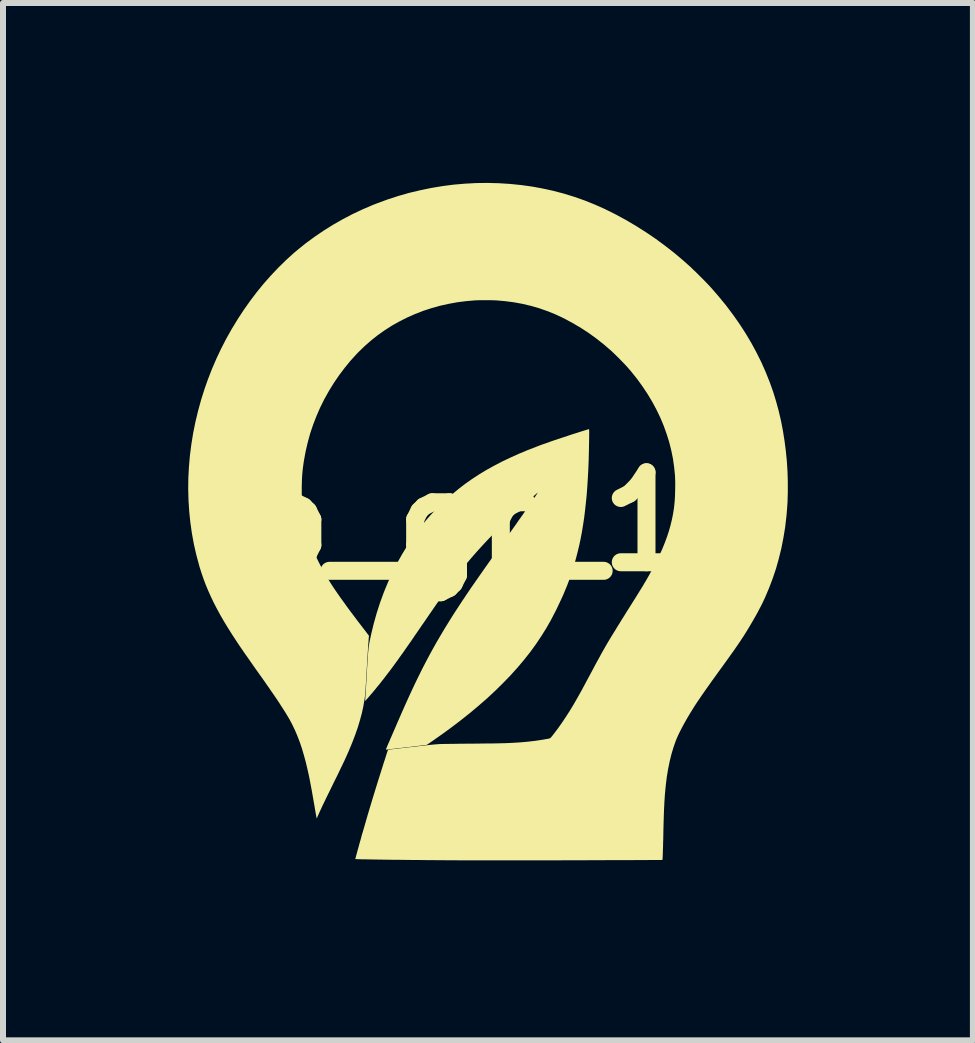
<source format=kicad_pcb>
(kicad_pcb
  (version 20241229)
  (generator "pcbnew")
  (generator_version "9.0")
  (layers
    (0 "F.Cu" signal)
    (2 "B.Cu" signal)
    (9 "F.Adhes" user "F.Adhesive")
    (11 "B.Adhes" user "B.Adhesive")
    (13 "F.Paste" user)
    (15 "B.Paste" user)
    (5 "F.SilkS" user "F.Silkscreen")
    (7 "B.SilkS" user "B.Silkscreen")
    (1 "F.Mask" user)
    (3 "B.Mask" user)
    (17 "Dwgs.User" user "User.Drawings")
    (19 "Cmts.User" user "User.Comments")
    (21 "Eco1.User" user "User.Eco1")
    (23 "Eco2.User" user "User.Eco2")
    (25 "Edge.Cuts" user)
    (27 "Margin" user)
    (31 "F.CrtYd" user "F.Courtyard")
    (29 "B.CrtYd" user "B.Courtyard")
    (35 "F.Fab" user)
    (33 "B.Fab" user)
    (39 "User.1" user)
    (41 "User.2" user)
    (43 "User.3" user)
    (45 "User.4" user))
  (footprint "lb_gr_10"
    (layer "F.Cu")
    (at 5.086 5.646)
    (property "Reference" "lb_gr_10" (at 0 0 0) (layer "F.SilkS") (effects (font (size 1.5 1.5) (thickness 0.3))))
    (attr board_only exclude_from_pos_files exclude_from_bom)
    (fp_poly (pts (xy 1.684 -1.541) (xy 1.685 -1.539) (xy 1.686 -1.535) (xy 1.687 -1.528) (xy 1.687 -1.518) (xy 1.687 -1.504) (xy 1.688 -1.486) (xy 1.687 -1.463) (xy 1.687 -1.434) (xy 1.687 -1.399) (xy 1.686 -1.357) (xy 1.686 -1.355) (xy 1.683 -1.188) (xy 1.679 -1.028) (xy 1.673 -0.874) (xy 1.665 -0.727) (xy 1.656 -0.585) (xy 1.646 -0.448) (xy 1.633 -0.317) (xy 1.619 -0.19) (xy 1.604 -0.067) (xy 1.586 0.052) (xy 1.567 0.168) (xy 1.546 0.28) (xy 1.523 0.39) (xy 1.497 0.498) (xy 1.47 0.604) (xy 1.447 0.687) (xy 1.424 0.765) (xy 1.4 0.841) (xy 1.375 0.915) (xy 1.349 0.988) (xy 1.321 1.062) (xy 1.29 1.137) (xy 1.258 1.214) (xy 1.222 1.294) (xy 1.182 1.378) (xy 1.14 1.467) (xy 1.12 1.506) (xy 1.049 1.643) (xy 0.972 1.778) (xy 0.888 1.912) (xy 0.799 2.045) (xy 0.703 2.177) (xy 0.6 2.307) (xy 0.491 2.436) (xy 0.375 2.565) (xy 0.252 2.692) (xy 0.123 2.819) (xy -0.013 2.946) (xy -0.157 3.071) (xy -0.307 3.197) (xy -0.465 3.322) (xy -0.63 3.447) (xy -0.767 3.547) (xy -0.793 3.565) (xy -0.82 3.584) (xy -0.848 3.604) (xy -0.876 3.623) (xy -0.904 3.643) (xy -0.93 3.661) (xy -0.954 3.678) (xy -0.976 3.693) (xy -0.994 3.705) (xy -1.009 3.715) (xy -1.018 3.721) (xy -1.022 3.723) (xy -1.026 3.724) (xy -1.037 3.725) (xy -1.054 3.727) (xy -1.077 3.73) (xy -1.104 3.733) (xy -1.135 3.737) (xy -1.17 3.741) (xy -1.208 3.746) (xy -1.249 3.751) (xy -1.291 3.756) (xy -1.334 3.761) (xy -1.377 3.766) (xy -1.42 3.771) (xy -1.463 3.776) (xy -1.504 3.781) (xy -1.542 3.785) (xy -1.578 3.789) (xy -1.611 3.793) (xy -1.639 3.796) (xy -1.663 3.799) (xy -1.682 3.801) (xy -1.694 3.802) (xy -1.7 3.803) (xy -1.7 3.803) (xy -1.702 3.8) (xy -1.701 3.797) (xy -1.7 3.792) (xy -1.695 3.781) (xy -1.688 3.765) (xy -1.679 3.743) (xy -1.668 3.717) (xy -1.655 3.687) (xy -1.64 3.654) (xy -1.625 3.617) (xy -1.608 3.579) (xy -1.591 3.539) (xy -1.573 3.498) (xy -1.555 3.457) (xy -1.537 3.415) (xy -1.52 3.375) (xy -1.503 3.335) (xy -1.486 3.298) (xy -1.471 3.263) (xy -1.457 3.23) (xy -1.445 3.203) (xy -1.383 3.063) (xy -1.323 2.93) (xy -1.264 2.802) (xy -1.206 2.679) (xy -1.148 2.561) (xy -1.091 2.446) (xy -1.033 2.334) (xy -0.975 2.225) (xy -0.916 2.117) (xy -0.856 2.01) (xy -0.793 1.903) (xy -0.729 1.795) (xy -0.662 1.686) (xy -0.593 1.575) (xy -0.52 1.462) (xy -0.445 1.348) (xy -0.419 1.308) (xy -0.392 1.269) (xy -0.366 1.229) (xy -0.339 1.189) (xy -0.311 1.148) (xy -0.283 1.106) (xy -0.253 1.063) (xy -0.221 1.018) (xy -0.188 0.97) (xy -0.153 0.92) (xy -0.116 0.867) (xy -0.076 0.81) (xy -0.034 0.75) (xy 0.012 0.685) (xy 0.061 0.616) (xy 0.114 0.542) (xy 0.17 0.463) (xy 0.221 0.391) (xy 0.274 0.317) (xy 0.325 0.245) (xy 0.375 0.175) (xy 0.423 0.107) (xy 0.47 0.041) (xy 0.514 -0.023) (xy 0.557 -0.083) (xy 0.597 -0.14) (xy 0.634 -0.194) (xy 0.669 -0.244) (xy 0.701 -0.29) (xy 0.73 -0.332) (xy 0.756 -0.37) (xy 0.778 -0.403) (xy 0.797 -0.431) (xy 0.812 -0.453) (xy 0.822 -0.47) (xy 0.829 -0.481) (xy 0.83 -0.482) (xy 0.83 -0.483) (xy 0.829 -0.483) (xy 0.826 -0.481) (xy 0.82 -0.476) (xy 0.812 -0.469) (xy 0.8 -0.458) (xy 0.784 -0.444) (xy 0.763 -0.426) (xy 0.747 -0.412) (xy 0.609 -0.288) (xy 0.477 -0.167) (xy 0.351 -0.05) (xy 0.232 0.065) (xy 0.119 0.178) (xy 0.011 0.288) (xy -0.091 0.397) (xy -0.188 0.504) (xy -0.28 0.609) (xy -0.367 0.712) (xy -0.371 0.717) (xy -0.4 0.753) (xy -0.429 0.789) (xy -0.459 0.827) (xy -0.488 0.865) (xy -0.519 0.904) (xy -0.55 0.945) (xy -0.582 0.988) (xy -0.615 1.033) (xy -0.65 1.081) (xy -0.687 1.133) (xy -0.726 1.187) (xy -0.767 1.245) (xy -0.81 1.307) (xy -0.857 1.374) (xy -0.906 1.445) (xy -0.959 1.522) (xy -1.015 1.604) (xy -1.075 1.691) (xy -1.101 1.728) (xy -1.163 1.819) (xy -1.222 1.904) (xy -1.276 1.984) (xy -1.328 2.058) (xy -1.377 2.128) (xy -1.423 2.194) (xy -1.467 2.255) (xy -1.508 2.313) (xy -1.548 2.368) (xy -1.586 2.42) (xy -1.623 2.47) (xy -1.66 2.518) (xy -1.695 2.564) (xy -1.73 2.61) (xy -1.765 2.654) (xy -1.799 2.698) (xy -1.835 2.742) (xy -1.838 2.745) (xy -1.86 2.772) (xy -1.882 2.8) (xy -1.906 2.828) (xy -1.928 2.855) (xy -1.951 2.881) (xy -1.972 2.906) (xy -1.992 2.929) (xy -2.009 2.949) (xy -2.024 2.966) (xy -2.035 2.978) (xy -2.043 2.987) (xy -2.047 2.99) (xy -2.047 2.99) (xy -2.048 2.986) (xy -2.047 2.976) (xy -2.046 2.96) (xy -2.045 2.939) (xy -2.044 2.915) (xy -2.042 2.888) (xy -2.041 2.881) (xy -2.04 2.853) (xy -2.037 2.819) (xy -2.035 2.78) (xy -2.032 2.739) (xy -2.03 2.697) (xy -2.027 2.655) (xy -2.025 2.614) (xy -2.025 2.606) (xy -2.02 2.534) (xy -2.017 2.469) (xy -2.013 2.41) (xy -2.01 2.357) (xy -2.007 2.31) (xy -2.004 2.267) (xy -2.002 2.229) (xy -1.999 2.194) (xy -1.996 2.163) (xy -1.993 2.135) (xy -1.991 2.109) (xy -1.987 2.084) (xy -1.984 2.061) (xy -1.98 2.038) (xy -1.977 2.016) (xy -1.972 1.993) (xy -1.967 1.97) (xy -1.962 1.945) (xy -1.956 1.918) (xy -1.95 1.889) (xy -1.906 1.706) (xy -1.856 1.528) (xy -1.8 1.354) (xy -1.738 1.184) (xy -1.67 1.018) (xy -1.597 0.856) (xy -1.518 0.699) (xy -1.433 0.547) (xy -1.343 0.399) (xy -1.246 0.256) (xy -1.145 0.118) (xy -1.038 -0.015) (xy -0.969 -0.095) (xy -0.932 -0.135) (xy -0.89 -0.179) (xy -0.844 -0.226) (xy -0.794 -0.274) (xy -0.743 -0.323) (xy -0.69 -0.372) (xy -0.636 -0.42) (xy -0.583 -0.467) (xy -0.532 -0.51) (xy -0.488 -0.546) (xy -0.383 -0.627) (xy -0.272 -0.705) (xy -0.157 -0.781) (xy -0.035 -0.855) (xy 0.092 -0.926) (xy 0.226 -0.996) (xy 0.366 -1.063) (xy 0.512 -1.129) (xy 0.665 -1.193) (xy 0.826 -1.255) (xy 0.851 -1.265) (xy 0.906 -1.285) (xy 0.967 -1.306) (xy 1.033 -1.33) (xy 1.102 -1.354) (xy 1.175 -1.378) (xy 1.25 -1.403) (xy 1.325 -1.428) (xy 1.4 -1.453) (xy 1.474 -1.476) (xy 1.545 -1.499) (xy 1.613 -1.52) (xy 1.676 -1.539) (xy 1.681 -1.541) (xy 1.683 -1.541)) (stroke (width 0) (type solid)) (fill yes) (layer "F.SilkS"))
    (fp_poly (pts (xy 0.185 -5.641) (xy 0.372 -5.629) (xy 0.558 -5.61) (xy 0.744 -5.584) (xy 0.901 -5.555) (xy 1.081 -5.516) (xy 1.258 -5.47) (xy 1.433 -5.416) (xy 1.605 -5.356) (xy 1.775 -5.288) (xy 1.942 -5.214) (xy 2.107 -5.132) (xy 2.123 -5.124) (xy 2.3 -5.028) (xy 2.471 -4.927) (xy 2.637 -4.822) (xy 2.799 -4.712) (xy 2.956 -4.596) (xy 3.111 -4.475) (xy 3.262 -4.347) (xy 3.354 -4.265) (xy 3.376 -4.246) (xy 3.401 -4.221) (xy 3.43 -4.193) (xy 3.462 -4.163) (xy 3.495 -4.13) (xy 3.529 -4.096) (xy 3.563 -4.062) (xy 3.597 -4.028) (xy 3.629 -3.995) (xy 3.658 -3.965) (xy 3.685 -3.937) (xy 3.707 -3.913) (xy 3.721 -3.898) (xy 3.85 -3.749) (xy 3.973 -3.599) (xy 4.087 -3.447) (xy 4.195 -3.293) (xy 4.296 -3.137) (xy 4.39 -2.979) (xy 4.477 -2.818) (xy 4.558 -2.656) (xy 4.631 -2.49) (xy 4.698 -2.323) (xy 4.757 -2.157) (xy 4.804 -2.003) (xy 4.847 -1.845) (xy 4.885 -1.683) (xy 4.917 -1.517) (xy 4.944 -1.348) (xy 4.966 -1.178) (xy 4.983 -1.006) (xy 4.994 -0.834) (xy 4.999 -0.661) (xy 4.999 -0.49) (xy 4.994 -0.32) (xy 4.982 -0.153) (xy 4.976 -0.089) (xy 4.955 0.092) (xy 4.926 0.269) (xy 4.892 0.443) (xy 4.85 0.614) (xy 4.803 0.782) (xy 4.748 0.946) (xy 4.687 1.107) (xy 4.62 1.265) (xy 4.578 1.355) (xy 4.553 1.405) (xy 4.524 1.46) (xy 4.493 1.519) (xy 4.459 1.58) (xy 4.423 1.643) (xy 4.386 1.706) (xy 4.349 1.769) (xy 4.312 1.829) (xy 4.277 1.886) (xy 4.258 1.916) (xy 4.238 1.945) (xy 4.219 1.975) (xy 4.199 2.005) (xy 4.178 2.035) (xy 4.156 2.068) (xy 4.133 2.101) (xy 4.108 2.138) (xy 4.08 2.177) (xy 4.05 2.219) (xy 4.018 2.264) (xy 3.982 2.314) (xy 3.943 2.368) (xy 3.9 2.428) (xy 3.853 2.492) (xy 3.843 2.506) (xy 3.787 2.584) (xy 3.734 2.657) (xy 3.686 2.725) (xy 3.641 2.788) (xy 3.6 2.847) (xy 3.561 2.903) (xy 3.526 2.955) (xy 3.492 3.004) (xy 3.461 3.051) (xy 3.432 3.096) (xy 3.405 3.14) (xy 3.378 3.183) (xy 3.353 3.225) (xy 3.328 3.267) (xy 3.314 3.291) (xy 3.278 3.355) (xy 3.245 3.415) (xy 3.215 3.473) (xy 3.188 3.526) (xy 3.165 3.575) (xy 3.146 3.618) (xy 3.133 3.65) (xy 3.094 3.761) (xy 3.059 3.877) (xy 3.029 3.999) (xy 3.003 4.127) (xy 2.981 4.261) (xy 2.964 4.4) (xy 2.958 4.461) (xy 2.954 4.504) (xy 2.95 4.548) (xy 2.947 4.591) (xy 2.944 4.636) (xy 2.941 4.682) (xy 2.939 4.73) (xy 2.936 4.78) (xy 2.934 4.835) (xy 2.932 4.893) (xy 2.93 4.956) (xy 2.928 5.025) (xy 2.926 5.099) (xy 2.924 5.181) (xy 2.924 5.194) (xy 2.923 5.249) (xy 2.922 5.303) (xy 2.92 5.354) (xy 2.919 5.403) (xy 2.918 5.448) (xy 2.916 5.489) (xy 2.915 5.526) (xy 2.914 5.558) (xy 2.913 5.585) (xy 2.912 5.605) (xy 2.911 5.618) (xy 2.911 5.619) (xy 2.909 5.642) (xy 2.29 5.645) (xy 2.152 5.645) (xy 2.012 5.645) (xy 1.872 5.646) (xy 1.731 5.646) (xy 1.59 5.647) (xy 1.45 5.647) (xy 1.309 5.647) (xy 1.17 5.648) (xy 1.032 5.648) (xy 0.896 5.648) (xy 0.761 5.648) (xy 0.629 5.648) (xy 0.5 5.648) (xy 0.374 5.648) (xy 0.252 5.648) (xy 0.133 5.648) (xy 0.018 5.648) (xy -0.092 5.648) (xy -0.196 5.648) (xy -0.296 5.648) (xy -0.39 5.648) (xy -0.478 5.648) (xy -0.559 5.647) (xy -0.634 5.647) (xy -0.685 5.647) (xy -0.758 5.646) (xy -0.833 5.646) (xy -0.908 5.645) (xy -0.985 5.645) (xy -1.063 5.644) (xy -1.141 5.643) (xy -1.218 5.643) (xy -1.296 5.642) (xy -1.373 5.641) (xy -1.448 5.64) (xy -1.522 5.639) (xy -1.594 5.639) (xy -1.664 5.638) (xy -1.732 5.637) (xy -1.796 5.636) (xy -1.857 5.635) (xy -1.915 5.634) (xy -1.968 5.633) (xy -2.018 5.632) (xy -2.062 5.632) (xy -2.101 5.631) (xy -2.135 5.63) (xy -2.164 5.629) (xy -2.186 5.628) (xy -2.201 5.628) (xy -2.21 5.627) (xy -2.212 5.627) (xy -2.211 5.623) (xy -2.209 5.612) (xy -2.204 5.596) (xy -2.199 5.574) (xy -2.191 5.547) (xy -2.183 5.517) (xy -2.174 5.482) (xy -2.163 5.444) (xy -2.152 5.404) (xy -2.141 5.362) (xy -2.128 5.319) (xy -2.116 5.275) (xy -2.104 5.23) (xy -2.091 5.186) (xy -2.085 5.167) (xy -2.005 4.89) (xy -1.922 4.613) (xy -1.836 4.334) (xy -1.747 4.052) (xy -1.741 4.032) (xy -1.73 3.999) (xy -1.719 3.966) (xy -1.709 3.935) (xy -1.7 3.906) (xy -1.692 3.881) (xy -1.686 3.861) (xy -1.681 3.847) (xy -1.681 3.845) (xy -1.674 3.826) (xy -1.669 3.812) (xy -1.664 3.804) (xy -1.662 3.803) (xy -1.658 3.803) (xy -1.647 3.801) (xy -1.629 3.799) (xy -1.606 3.797) (xy -1.577 3.793) (xy -1.543 3.79) (xy -1.505 3.785) (xy -1.462 3.78) (xy -1.417 3.775) (xy -1.368 3.769) (xy -1.317 3.763) (xy -1.275 3.759) (xy -1.209 3.751) (xy -1.15 3.744) (xy -1.098 3.738) (xy -1.051 3.733) (xy -1.01 3.728) (xy -0.974 3.724) (xy -0.941 3.721) (xy -0.913 3.718) (xy -0.888 3.716) (xy -0.866 3.714) (xy -0.845 3.713) (xy -0.827 3.711) (xy -0.81 3.71) (xy -0.801 3.71) (xy -0.785 3.709) (xy -0.762 3.709) (xy -0.734 3.708) (xy -0.699 3.708) (xy -0.659 3.707) (xy -0.615 3.706) (xy -0.567 3.706) (xy -0.516 3.705) (xy -0.462 3.704) (xy -0.405 3.704) (xy -0.347 3.703) (xy -0.289 3.703) (xy -0.264 3.703) (xy -0.181 3.702) (xy -0.104 3.701) (xy -0.033 3.7) (xy 0.032 3.7) (xy 0.091 3.699) (xy 0.145 3.698) (xy 0.195 3.697) (xy 0.241 3.696) (xy 0.284 3.695) (xy 0.323 3.693) (xy 0.361 3.692) (xy 0.396 3.69) (xy 0.43 3.688) (xy 0.464 3.686) (xy 0.497 3.684) (xy 0.53 3.682) (xy 0.564 3.679) (xy 0.575 3.678) (xy 0.645 3.672) (xy 0.716 3.664) (xy 0.786 3.656) (xy 0.853 3.646) (xy 0.917 3.636) (xy 0.975 3.626) (xy 0.981 3.625) (xy 0.998 3.622) (xy 1.011 3.619) (xy 1.022 3.617) (xy 1.031 3.613) (xy 1.039 3.609) (xy 1.047 3.602) (xy 1.056 3.592) (xy 1.067 3.579) (xy 1.08 3.562) (xy 1.098 3.539) (xy 1.104 3.531) (xy 1.168 3.447) (xy 1.232 3.356) (xy 1.297 3.259) (xy 1.364 3.155) (xy 1.431 3.044) (xy 1.499 2.925) (xy 1.511 2.904) (xy 1.525 2.879) (xy 1.539 2.854) (xy 1.553 2.829) (xy 1.568 2.802) (xy 1.584 2.772) (xy 1.601 2.74) (xy 1.62 2.705) (xy 1.641 2.665) (xy 1.665 2.621) (xy 1.692 2.571) (xy 1.717 2.524) (xy 1.755 2.453) (xy 1.789 2.389) (xy 1.821 2.33) (xy 1.851 2.276) (xy 1.878 2.226) (xy 1.903 2.18) (xy 1.928 2.137) (xy 1.951 2.096) (xy 1.973 2.058) (xy 1.995 2.02) (xy 2.017 1.983) (xy 2.039 1.947) (xy 2.061 1.91) (xy 2.085 1.872) (xy 2.095 1.855) (xy 2.108 1.834) (xy 2.124 1.809) (xy 2.14 1.782) (xy 2.157 1.754) (xy 2.171 1.732) (xy 2.183 1.712) (xy 2.199 1.687) (xy 2.217 1.657) (xy 2.238 1.623) (xy 2.261 1.587) (xy 2.285 1.549) (xy 2.309 1.509) (xy 2.334 1.47) (xy 2.357 1.434) (xy 2.392 1.378) (xy 2.424 1.327) (xy 2.453 1.282) (xy 2.478 1.241) (xy 2.501 1.204) (xy 2.522 1.17) (xy 2.541 1.139) (xy 2.559 1.11) (xy 2.576 1.083) (xy 2.592 1.056) (xy 2.607 1.029) (xy 2.62 1.009) (xy 2.688 0.891) (xy 2.75 0.777) (xy 2.807 0.667) (xy 2.859 0.56) (xy 2.906 0.457) (xy 2.947 0.356) (xy 2.984 0.257) (xy 3.016 0.16) (xy 3.043 0.064) (xy 3.066 -0.03) (xy 3.085 -0.124) (xy 3.1 -0.218) (xy 3.106 -0.27) (xy 3.111 -0.318) (xy 3.115 -0.371) (xy 3.118 -0.428) (xy 3.12 -0.488) (xy 3.121 -0.548) (xy 3.122 -0.608) (xy 3.122 -0.665) (xy 3.12 -0.718) (xy 3.118 -0.765) (xy 3.118 -0.766) (xy 3.104 -0.907) (xy 3.084 -1.048) (xy 3.056 -1.187) (xy 3.021 -1.326) (xy 2.978 -1.463) (xy 2.929 -1.599) (xy 2.873 -1.733) (xy 2.809 -1.866) (xy 2.739 -1.996) (xy 2.662 -2.125) (xy 2.578 -2.251) (xy 2.488 -2.376) (xy 2.391 -2.497) (xy 2.325 -2.574) (xy 2.304 -2.597) (xy 2.279 -2.624) (xy 2.25 -2.654) (xy 2.219 -2.686) (xy 2.187 -2.719) (xy 2.154 -2.751) (xy 2.123 -2.782) (xy 2.093 -2.811) (xy 2.066 -2.837) (xy 2.043 -2.858) (xy 2.041 -2.859) (xy 1.922 -2.961) (xy 1.801 -3.056) (xy 1.678 -3.145) (xy 1.552 -3.227) (xy 1.422 -3.304) (xy 1.289 -3.376) (xy 1.244 -3.399) (xy 1.115 -3.459) (xy 0.984 -3.511) (xy 0.85 -3.558) (xy 0.713 -3.597) (xy 0.574 -3.63) (xy 0.431 -3.656) (xy 0.285 -3.675) (xy 0.136 -3.688) (xy 0.109 -3.689) (xy 0.076 -3.69) (xy 0.039 -3.691) (xy -0.001 -3.691) (xy -0.043 -3.691) (xy -0.084 -3.691) (xy -0.124 -3.691) (xy -0.161 -3.69) (xy -0.194 -3.689) (xy -0.216 -3.688) (xy -0.367 -3.675) (xy -0.515 -3.656) (xy -0.661 -3.629) (xy -0.805 -3.597) (xy -0.946 -3.557) (xy -1.084 -3.512) (xy -1.219 -3.459) (xy -1.35 -3.401) (xy -1.478 -3.336) (xy -1.603 -3.266) (xy -1.723 -3.189) (xy -1.839 -3.107) (xy -1.951 -3.018) (xy -2.058 -2.924) (xy -2.16 -2.825) (xy -2.185 -2.799) (xy -2.291 -2.683) (xy -2.39 -2.562) (xy -2.484 -2.437) (xy -2.572 -2.308) (xy -2.653 -2.176) (xy -2.729 -2.04) (xy -2.798 -1.901) (xy -2.86 -1.758) (xy -2.916 -1.614) (xy -2.965 -1.467) (xy -3.006 -1.317) (xy -3.041 -1.166) (xy -3.069 -1.013) (xy -3.071 -1.002) (xy -3.08 -0.937) (xy -3.088 -0.875) (xy -3.094 -0.815) (xy -3.099 -0.755) (xy -3.102 -0.692) (xy -3.104 -0.625) (xy -3.105 -0.577) (xy -3.105 -0.448) (xy -3.1 -0.323) (xy -3.09 -0.203) (xy -3.075 -0.086) (xy -3.054 0.029) (xy -3.027 0.141) (xy -2.995 0.253) (xy -2.957 0.365) (xy -2.913 0.478) (xy -2.863 0.592) (xy -2.84 0.639) (xy -2.814 0.693) (xy -2.786 0.746) (xy -2.758 0.8) (xy -2.728 0.854) (xy -2.696 0.908) (xy -2.662 0.964) (xy -2.627 1.021) (xy -2.589 1.08) (xy -2.548 1.141) (xy -2.504 1.205) (xy -2.458 1.271) (xy -2.407 1.341) (xy -2.354 1.415) (xy -2.296 1.494) (xy -2.234 1.576) (xy -2.168 1.664) (xy -2.114 1.734) (xy -2.092 1.763) (xy -2.071 1.79) (xy -2.051 1.816) (xy -2.034 1.838) (xy -2.019 1.858) (xy -2.008 1.873) (xy -1.999 1.884) (xy -1.995 1.889) (xy -1.985 1.902) (xy -1.994 2.03) (xy -1.997 2.064) (xy -1.999 2.103) (xy -2.002 2.146) (xy -2.005 2.191) (xy -2.008 2.237) (xy -2.011 2.281) (xy -2.013 2.322) (xy -2.013 2.324) (xy -2.018 2.4) (xy -2.022 2.469) (xy -2.025 2.532) (xy -2.028 2.588) (xy -2.032 2.638) (xy -2.034 2.683) (xy -2.037 2.723) (xy -2.039 2.759) (xy -2.041 2.791) (xy -2.043 2.819) (xy -2.045 2.843) (xy -2.047 2.865) (xy -2.049 2.885) (xy -2.05 2.902) (xy -2.052 2.918) (xy -2.054 2.933) (xy -2.056 2.947) (xy -2.058 2.961) (xy -2.058 2.965) (xy -2.077 3.076) (xy -2.102 3.191) (xy -2.134 3.31) (xy -2.171 3.433) (xy -2.215 3.559) (xy -2.265 3.69) (xy -2.311 3.8) (xy -2.324 3.831) (xy -2.338 3.862) (xy -2.351 3.892) (xy -2.365 3.923) (xy -2.379 3.954) (xy -2.394 3.987) (xy -2.411 4.022) (xy -2.428 4.059) (xy -2.448 4.099) (xy -2.469 4.143) (xy -2.492 4.192) (xy -2.518 4.245) (xy -2.547 4.303) (xy -2.579 4.368) (xy -2.585 4.38) (xy -2.618 4.448) (xy -2.648 4.509) (xy -2.675 4.564) (xy -2.7 4.615) (xy -2.722 4.661) (xy -2.742 4.703) (xy -2.761 4.741) (xy -2.777 4.777) (xy -2.793 4.811) (xy -2.808 4.843) (xy -2.822 4.874) (xy -2.827 4.886) (xy -2.856 4.951) (xy -2.864 4.909) (xy -2.866 4.896) (xy -2.87 4.876) (xy -2.874 4.852) (xy -2.879 4.823) (xy -2.885 4.791) (xy -2.89 4.758) (xy -2.896 4.723) (xy -2.898 4.714) (xy -2.912 4.633) (xy -2.925 4.558) (xy -2.937 4.489) (xy -2.949 4.426) (xy -2.96 4.368) (xy -2.97 4.314) (xy -2.98 4.264) (xy -2.99 4.217) (xy -3 4.172) (xy -3.01 4.128) (xy -3.02 4.086) (xy -3.03 4.044) (xy -3.036 4.018) (xy -3.068 3.899) (xy -3.101 3.787) (xy -3.137 3.68) (xy -3.176 3.578) (xy -3.217 3.481) (xy -3.262 3.387) (xy -3.31 3.296) (xy -3.363 3.208) (xy -3.378 3.183) (xy -3.402 3.145) (xy -3.426 3.108) (xy -3.45 3.071) (xy -3.474 3.033) (xy -3.499 2.995) (xy -3.525 2.956) (xy -3.553 2.915) (xy -3.582 2.872) (xy -3.614 2.827) (xy -3.647 2.778) (xy -3.684 2.726) (xy -3.723 2.669) (xy -3.766 2.608) (xy -3.813 2.542) (xy -3.864 2.471) (xy -3.866 2.468) (xy -3.911 2.404) (xy -3.952 2.345) (xy -3.99 2.291) (xy -4.025 2.241) (xy -4.058 2.194) (xy -4.088 2.15) (xy -4.117 2.108) (xy -4.145 2.067) (xy -4.172 2.026) (xy -4.183 2.01) (xy -4.261 1.891) (xy -4.333 1.777) (xy -4.4 1.667) (xy -4.462 1.56) (xy -4.519 1.455) (xy -4.572 1.353) (xy -4.62 1.252) (xy -4.665 1.152) (xy -4.706 1.054) (xy -4.743 0.955) (xy -4.777 0.856) (xy -4.809 0.755) (xy -4.814 0.736) (xy -4.862 0.559) (xy -4.903 0.38) (xy -4.936 0.199) (xy -4.962 0.017) (xy -4.981 -0.167) (xy -4.993 -0.351) (xy -4.998 -0.537) (xy -4.996 -0.723) (xy -4.986 -0.91) (xy -4.97 -1.097) (xy -4.946 -1.285) (xy -4.916 -1.472) (xy -4.878 -1.66) (xy -4.833 -1.847) (xy -4.782 -2.033) (xy -4.723 -2.219) (xy -4.67 -2.369) (xy -4.602 -2.544) (xy -4.528 -2.716) (xy -4.448 -2.885) (xy -4.362 -3.052) (xy -4.27 -3.215) (xy -4.173 -3.374) (xy -4.071 -3.53) (xy -3.964 -3.681) (xy -3.853 -3.828) (xy -3.737 -3.97) (xy -3.616 -4.106) (xy -3.492 -4.237) (xy -3.364 -4.362) (xy -3.233 -4.481) (xy -3.177 -4.528) (xy -3.037 -4.641) (xy -2.891 -4.748) (xy -2.741 -4.85) (xy -2.586 -4.947) (xy -2.427 -5.038) (xy -2.263 -5.124) (xy -2.096 -5.203) (xy -1.926 -5.276) (xy -1.854 -5.304) (xy -1.675 -5.37) (xy -1.494 -5.429) (xy -1.311 -5.481) (xy -1.126 -5.525) (xy -0.941 -5.563) (xy -0.754 -5.594) (xy -0.567 -5.618) (xy -0.379 -5.634) (xy -0.191 -5.644) (xy -0.003 -5.646)) (stroke (width 0) (type solid)) (fill yes) (layer "F.SilkS")))
  (gr_rect
    (start -3 -3)
    (end 13.171 14.295)
    (stroke (width 0.1) (type default))
    (fill no)
    (layer "Edge.Cuts")))
</source>
